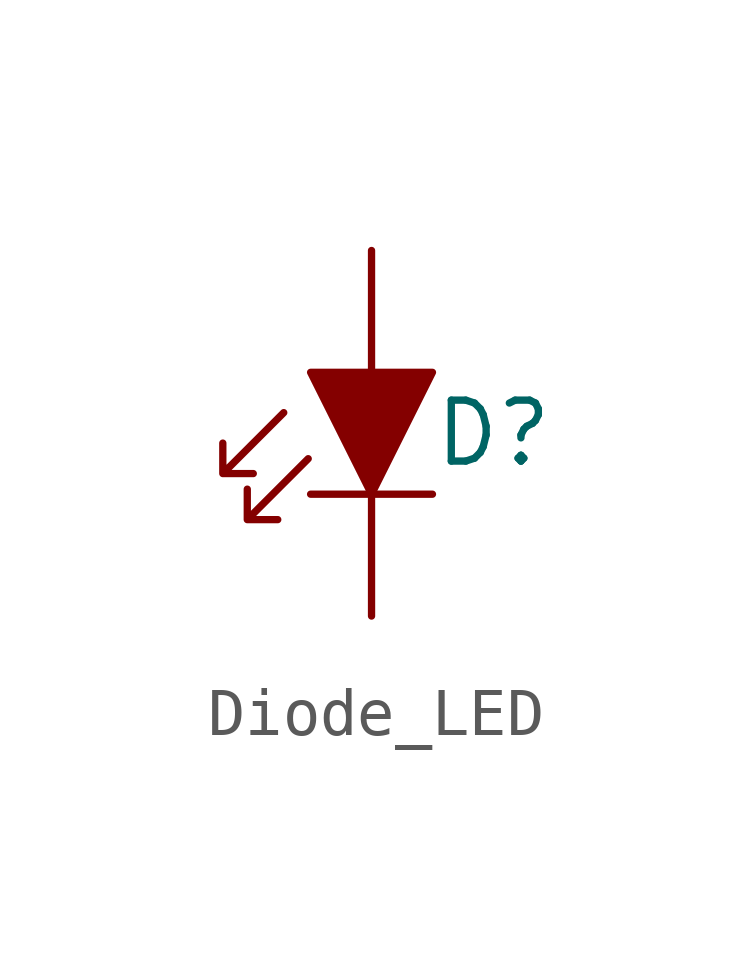
<source format=kicad_sym>
(kicad_symbol_lib
  (version 20241209)
  (generator "kicad_symbol_editor")
  (generator_version "9.0")
  (symbol "Diode_LED"
    (pin_numbers
      (hide yes))
    (pin_names
      (offset 0)
      (hide yes))
    (property "Reference" "D"
      (at 2.54 0 0)
      (effects (font (size 1.27 1.27))))
    (property "Value" ""
      (at 2.54 0 0)
      (effects (font (size 1.27 1.27))))
    (symbol "Diode_LED_0_1"
      (polyline (pts (xy -1.83 0.43) (xy -3.1 -0.84) (xy -3.1 -0.205) (xy -3.1 -0.84) (xy -2.465 -0.84)) (stroke (width 0) (type default)) (fill (type none)))
      (polyline (pts (xy -1.32 -0.53) (xy -2.59 -1.8) (xy -2.59 -1.165) (xy -2.59 -1.8) (xy -1.955 -1.8)) (stroke (width 0) (type default)) (fill (type none)))
      (polyline (pts (xy 1.27 -1.27) (xy -1.27 -1.27)) (stroke (width 0) (type default)) (fill (type none))))
    (symbol "Diode_LED_1_1"
      (polyline (pts (xy 1.27 1.27) (xy -1.27 1.27) (xy 0 -1.27) (xy 1.27 1.27)) (stroke (width 0) (type solid)) (fill (type outline)))
      (pin passive line (at 0 3.81 270) (length 2.54) (name "" (effects (font (size 1.27 1.27)))) (number "2" (effects (font (size 1.27 1.27)))))
      (pin passive line (at 0 -3.81 90) (length 2.54) (name "" (effects (font (size 1.27 1.27)))) (number "1" (effects (font (size 1.27 1.27))))))))
</source>
